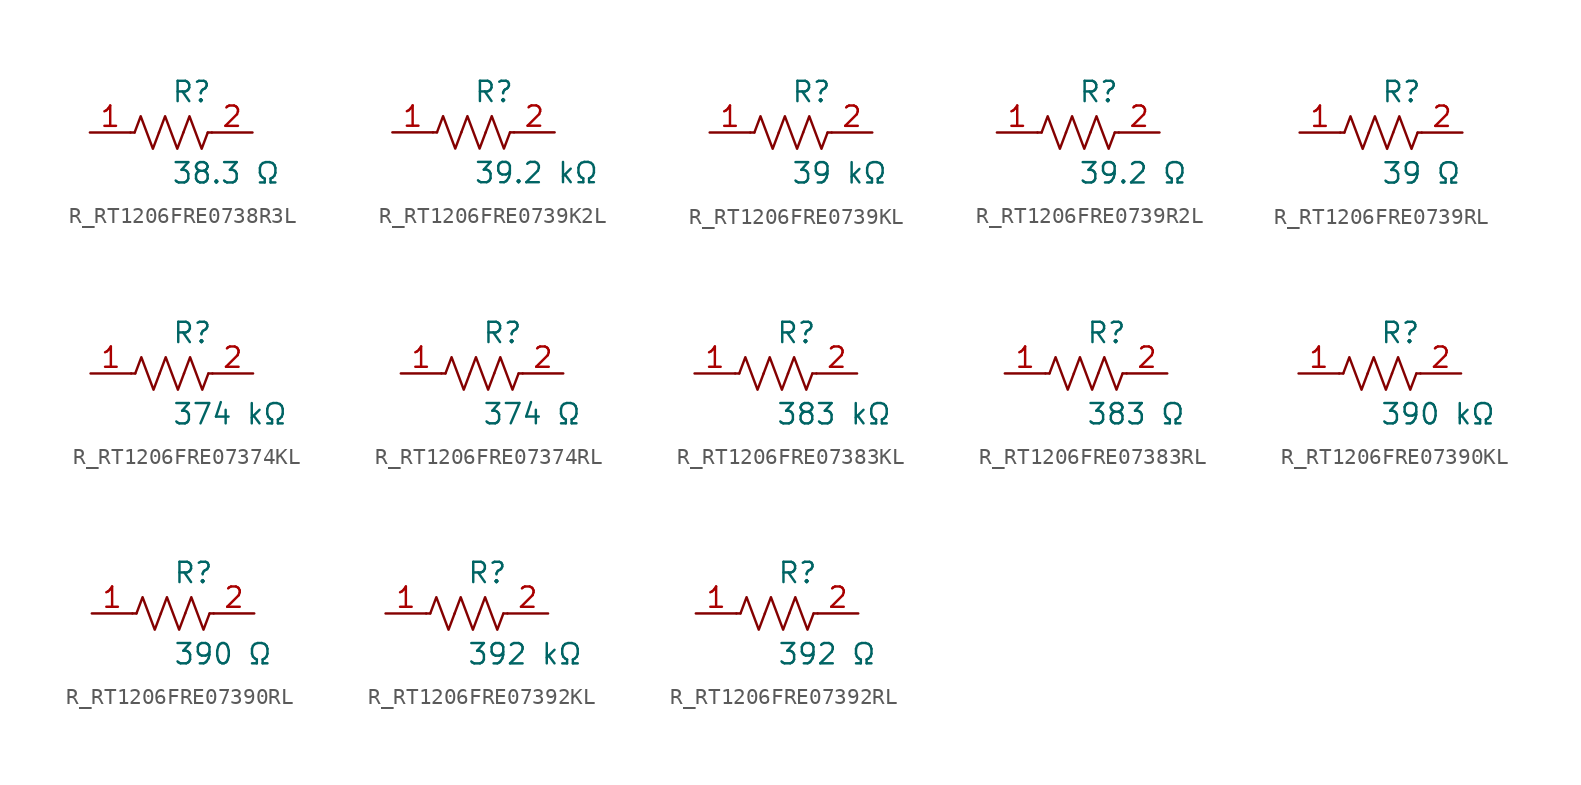
<source format=kicad_sym>
(kicad_symbol_lib
  (version 20231120)
  (generator kicad_symbol_editor)
  (generator_version 8.0)
  (symbol "R_RT1206FRE0738R3L"
    (pin_names
      (offset 0.254))
    (property "Reference" "R"
      (at 0 2.54 0)
      (effects (font (size 1.27 1.27)) (justify left)))
    (property "Value" "38.3 Ω"
      (at 0 -2.54 0)
      (effects (font (size 1.27 1.27)) (justify left)))
    (symbol "R_RT1206FRE0738R3L_0_1"
      (polyline (pts (xy 2.286 0) (xy 2.54 0)) (stroke (width 0) (type default)) (fill (type none)))
      (polyline (pts (xy -2.286 0) (xy -2.54 0)) (stroke (width 0) (type default)) (fill (type none)))
      (polyline (pts (xy 0.762 0) (xy 1.143 1.016) (xy 1.524 0) (xy 1.905 -1.016) (xy 2.286 0)) (stroke (width 0) (type default)) (fill (type none)))
      (polyline (pts (xy -0.762 0) (xy -0.381 1.016) (xy 0 0) (xy 0.381 -1.016) (xy 0.762 0)) (stroke (width 0) (type default)) (fill (type none)))
      (polyline (pts (xy -2.286 0) (xy -1.905 1.016) (xy -1.524 0) (xy -1.143 -1.016) (xy -0.762 0)) (stroke (width 0) (type default)) (fill (type none))))
    (pin unspecified line
      (at -5.08 0 0)
      (length 2.54)
      (name "" (effects (font (size 1.27 1.27))))
      (number "1" (effects (font (size 1.27 1.27)))))
    (pin unspecified line
      (at 5.08 0 180)
      (length 2.54)
      (name "" (effects (font (size 1.27 1.27))))
      (number "2" (effects (font (size 1.27 1.27))))))
  (symbol "R_RT1206FRE0739K2L"
    (pin_names
      (offset 0.254))
    (property "Reference" "R"
      (at 0 2.54 0)
      (effects (font (size 1.27 1.27)) (justify left)))
    (property "Value" "39.2 kΩ"
      (at 0 -2.54 0)
      (effects (font (size 1.27 1.27)) (justify left)))
    (symbol "R_RT1206FRE0739K2L_0_1"
      (polyline (pts (xy 2.286 0) (xy 2.54 0)) (stroke (width 0) (type default)) (fill (type none)))
      (polyline (pts (xy -2.286 0) (xy -2.54 0)) (stroke (width 0) (type default)) (fill (type none)))
      (polyline (pts (xy 0.762 0) (xy 1.143 1.016) (xy 1.524 0) (xy 1.905 -1.016) (xy 2.286 0)) (stroke (width 0) (type default)) (fill (type none)))
      (polyline (pts (xy -0.762 0) (xy -0.381 1.016) (xy 0 0) (xy 0.381 -1.016) (xy 0.762 0)) (stroke (width 0) (type default)) (fill (type none)))
      (polyline (pts (xy -2.286 0) (xy -1.905 1.016) (xy -1.524 0) (xy -1.143 -1.016) (xy -0.762 0)) (stroke (width 0) (type default)) (fill (type none))))
    (pin unspecified line
      (at -5.08 0 0)
      (length 2.54)
      (name "" (effects (font (size 1.27 1.27))))
      (number "1" (effects (font (size 1.27 1.27)))))
    (pin unspecified line
      (at 5.08 0 180)
      (length 2.54)
      (name "" (effects (font (size 1.27 1.27))))
      (number "2" (effects (font (size 1.27 1.27))))))
  (symbol "R_RT1206FRE0739KL"
    (pin_names
      (offset 0.254))
    (property "Reference" "R"
      (at 0 2.54 0)
      (effects (font (size 1.27 1.27)) (justify left)))
    (property "Value" "39 kΩ"
      (at 0 -2.54 0)
      (effects (font (size 1.27 1.27)) (justify left)))
    (symbol "R_RT1206FRE0739KL_0_1"
      (polyline (pts (xy 2.286 0) (xy 2.54 0)) (stroke (width 0) (type default)) (fill (type none)))
      (polyline (pts (xy -2.286 0) (xy -2.54 0)) (stroke (width 0) (type default)) (fill (type none)))
      (polyline (pts (xy 0.762 0) (xy 1.143 1.016) (xy 1.524 0) (xy 1.905 -1.016) (xy 2.286 0)) (stroke (width 0) (type default)) (fill (type none)))
      (polyline (pts (xy -0.762 0) (xy -0.381 1.016) (xy 0 0) (xy 0.381 -1.016) (xy 0.762 0)) (stroke (width 0) (type default)) (fill (type none)))
      (polyline (pts (xy -2.286 0) (xy -1.905 1.016) (xy -1.524 0) (xy -1.143 -1.016) (xy -0.762 0)) (stroke (width 0) (type default)) (fill (type none))))
    (pin unspecified line
      (at -5.08 0 0)
      (length 2.54)
      (name "" (effects (font (size 1.27 1.27))))
      (number "1" (effects (font (size 1.27 1.27)))))
    (pin unspecified line
      (at 5.08 0 180)
      (length 2.54)
      (name "" (effects (font (size 1.27 1.27))))
      (number "2" (effects (font (size 1.27 1.27))))))
  (symbol "R_RT1206FRE0739R2L"
    (pin_names
      (offset 0.254))
    (property "Reference" "R"
      (at 0 2.54 0)
      (effects (font (size 1.27 1.27)) (justify left)))
    (property "Value" "39.2 Ω"
      (at 0 -2.54 0)
      (effects (font (size 1.27 1.27)) (justify left)))
    (symbol "R_RT1206FRE0739R2L_0_1"
      (polyline (pts (xy 2.286 0) (xy 2.54 0)) (stroke (width 0) (type default)) (fill (type none)))
      (polyline (pts (xy -2.286 0) (xy -2.54 0)) (stroke (width 0) (type default)) (fill (type none)))
      (polyline (pts (xy 0.762 0) (xy 1.143 1.016) (xy 1.524 0) (xy 1.905 -1.016) (xy 2.286 0)) (stroke (width 0) (type default)) (fill (type none)))
      (polyline (pts (xy -0.762 0) (xy -0.381 1.016) (xy 0 0) (xy 0.381 -1.016) (xy 0.762 0)) (stroke (width 0) (type default)) (fill (type none)))
      (polyline (pts (xy -2.286 0) (xy -1.905 1.016) (xy -1.524 0) (xy -1.143 -1.016) (xy -0.762 0)) (stroke (width 0) (type default)) (fill (type none))))
    (pin unspecified line
      (at -5.08 0 0)
      (length 2.54)
      (name "" (effects (font (size 1.27 1.27))))
      (number "1" (effects (font (size 1.27 1.27)))))
    (pin unspecified line
      (at 5.08 0 180)
      (length 2.54)
      (name "" (effects (font (size 1.27 1.27))))
      (number "2" (effects (font (size 1.27 1.27))))))
  (symbol "R_RT1206FRE0739RL"
    (pin_names
      (offset 0.254))
    (property "Reference" "R"
      (at 0 2.54 0)
      (effects (font (size 1.27 1.27)) (justify left)))
    (property "Value" "39 Ω"
      (at 0 -2.54 0)
      (effects (font (size 1.27 1.27)) (justify left)))
    (symbol "R_RT1206FRE0739RL_0_1"
      (polyline (pts (xy 2.286 0) (xy 2.54 0)) (stroke (width 0) (type default)) (fill (type none)))
      (polyline (pts (xy -2.286 0) (xy -2.54 0)) (stroke (width 0) (type default)) (fill (type none)))
      (polyline (pts (xy 0.762 0) (xy 1.143 1.016) (xy 1.524 0) (xy 1.905 -1.016) (xy 2.286 0)) (stroke (width 0) (type default)) (fill (type none)))
      (polyline (pts (xy -0.762 0) (xy -0.381 1.016) (xy 0 0) (xy 0.381 -1.016) (xy 0.762 0)) (stroke (width 0) (type default)) (fill (type none)))
      (polyline (pts (xy -2.286 0) (xy -1.905 1.016) (xy -1.524 0) (xy -1.143 -1.016) (xy -0.762 0)) (stroke (width 0) (type default)) (fill (type none))))
    (pin unspecified line
      (at -5.08 0 0)
      (length 2.54)
      (name "" (effects (font (size 1.27 1.27))))
      (number "1" (effects (font (size 1.27 1.27)))))
    (pin unspecified line
      (at 5.08 0 180)
      (length 2.54)
      (name "" (effects (font (size 1.27 1.27))))
      (number "2" (effects (font (size 1.27 1.27))))))
  (symbol "R_RT1206FRE07374KL"
    (pin_names
      (offset 0.254))
    (property "Reference" "R"
      (at 0 2.54 0)
      (effects (font (size 1.27 1.27)) (justify left)))
    (property "Value" "374 kΩ"
      (at 0 -2.54 0)
      (effects (font (size 1.27 1.27)) (justify left)))
    (symbol "R_RT1206FRE07374KL_0_1"
      (polyline (pts (xy 2.286 0) (xy 2.54 0)) (stroke (width 0) (type default)) (fill (type none)))
      (polyline (pts (xy -2.286 0) (xy -2.54 0)) (stroke (width 0) (type default)) (fill (type none)))
      (polyline (pts (xy 0.762 0) (xy 1.143 1.016) (xy 1.524 0) (xy 1.905 -1.016) (xy 2.286 0)) (stroke (width 0) (type default)) (fill (type none)))
      (polyline (pts (xy -0.762 0) (xy -0.381 1.016) (xy 0 0) (xy 0.381 -1.016) (xy 0.762 0)) (stroke (width 0) (type default)) (fill (type none)))
      (polyline (pts (xy -2.286 0) (xy -1.905 1.016) (xy -1.524 0) (xy -1.143 -1.016) (xy -0.762 0)) (stroke (width 0) (type default)) (fill (type none))))
    (pin unspecified line
      (at -5.08 0 0)
      (length 2.54)
      (name "" (effects (font (size 1.27 1.27))))
      (number "1" (effects (font (size 1.27 1.27)))))
    (pin unspecified line
      (at 5.08 0 180)
      (length 2.54)
      (name "" (effects (font (size 1.27 1.27))))
      (number "2" (effects (font (size 1.27 1.27))))))
  (symbol "R_RT1206FRE07374RL"
    (pin_names
      (offset 0.254))
    (property "Reference" "R"
      (at 0 2.54 0)
      (effects (font (size 1.27 1.27)) (justify left)))
    (property "Value" "374 Ω"
      (at 0 -2.54 0)
      (effects (font (size 1.27 1.27)) (justify left)))
    (symbol "R_RT1206FRE07374RL_0_1"
      (polyline (pts (xy 2.286 0) (xy 2.54 0)) (stroke (width 0) (type default)) (fill (type none)))
      (polyline (pts (xy -2.286 0) (xy -2.54 0)) (stroke (width 0) (type default)) (fill (type none)))
      (polyline (pts (xy 0.762 0) (xy 1.143 1.016) (xy 1.524 0) (xy 1.905 -1.016) (xy 2.286 0)) (stroke (width 0) (type default)) (fill (type none)))
      (polyline (pts (xy -0.762 0) (xy -0.381 1.016) (xy 0 0) (xy 0.381 -1.016) (xy 0.762 0)) (stroke (width 0) (type default)) (fill (type none)))
      (polyline (pts (xy -2.286 0) (xy -1.905 1.016) (xy -1.524 0) (xy -1.143 -1.016) (xy -0.762 0)) (stroke (width 0) (type default)) (fill (type none))))
    (pin unspecified line
      (at -5.08 0 0)
      (length 2.54)
      (name "" (effects (font (size 1.27 1.27))))
      (number "1" (effects (font (size 1.27 1.27)))))
    (pin unspecified line
      (at 5.08 0 180)
      (length 2.54)
      (name "" (effects (font (size 1.27 1.27))))
      (number "2" (effects (font (size 1.27 1.27))))))
  (symbol "R_RT1206FRE07383KL"
    (pin_names
      (offset 0.254))
    (property "Reference" "R"
      (at 0 2.54 0)
      (effects (font (size 1.27 1.27)) (justify left)))
    (property "Value" "383 kΩ"
      (at 0 -2.54 0)
      (effects (font (size 1.27 1.27)) (justify left)))
    (symbol "R_RT1206FRE07383KL_0_1"
      (polyline (pts (xy 2.286 0) (xy 2.54 0)) (stroke (width 0) (type default)) (fill (type none)))
      (polyline (pts (xy -2.286 0) (xy -2.54 0)) (stroke (width 0) (type default)) (fill (type none)))
      (polyline (pts (xy 0.762 0) (xy 1.143 1.016) (xy 1.524 0) (xy 1.905 -1.016) (xy 2.286 0)) (stroke (width 0) (type default)) (fill (type none)))
      (polyline (pts (xy -0.762 0) (xy -0.381 1.016) (xy 0 0) (xy 0.381 -1.016) (xy 0.762 0)) (stroke (width 0) (type default)) (fill (type none)))
      (polyline (pts (xy -2.286 0) (xy -1.905 1.016) (xy -1.524 0) (xy -1.143 -1.016) (xy -0.762 0)) (stroke (width 0) (type default)) (fill (type none))))
    (pin unspecified line
      (at -5.08 0 0)
      (length 2.54)
      (name "" (effects (font (size 1.27 1.27))))
      (number "1" (effects (font (size 1.27 1.27)))))
    (pin unspecified line
      (at 5.08 0 180)
      (length 2.54)
      (name "" (effects (font (size 1.27 1.27))))
      (number "2" (effects (font (size 1.27 1.27))))))
  (symbol "R_RT1206FRE07383RL"
    (pin_names
      (offset 0.254))
    (property "Reference" "R"
      (at 0 2.54 0)
      (effects (font (size 1.27 1.27)) (justify left)))
    (property "Value" "383 Ω"
      (at 0 -2.54 0)
      (effects (font (size 1.27 1.27)) (justify left)))
    (symbol "R_RT1206FRE07383RL_0_1"
      (polyline (pts (xy 2.286 0) (xy 2.54 0)) (stroke (width 0) (type default)) (fill (type none)))
      (polyline (pts (xy -2.286 0) (xy -2.54 0)) (stroke (width 0) (type default)) (fill (type none)))
      (polyline (pts (xy 0.762 0) (xy 1.143 1.016) (xy 1.524 0) (xy 1.905 -1.016) (xy 2.286 0)) (stroke (width 0) (type default)) (fill (type none)))
      (polyline (pts (xy -0.762 0) (xy -0.381 1.016) (xy 0 0) (xy 0.381 -1.016) (xy 0.762 0)) (stroke (width 0) (type default)) (fill (type none)))
      (polyline (pts (xy -2.286 0) (xy -1.905 1.016) (xy -1.524 0) (xy -1.143 -1.016) (xy -0.762 0)) (stroke (width 0) (type default)) (fill (type none))))
    (pin unspecified line
      (at -5.08 0 0)
      (length 2.54)
      (name "" (effects (font (size 1.27 1.27))))
      (number "1" (effects (font (size 1.27 1.27)))))
    (pin unspecified line
      (at 5.08 0 180)
      (length 2.54)
      (name "" (effects (font (size 1.27 1.27))))
      (number "2" (effects (font (size 1.27 1.27))))))
  (symbol "R_RT1206FRE07390KL"
    (pin_names
      (offset 0.254))
    (property "Reference" "R"
      (at 0 2.54 0)
      (effects (font (size 1.27 1.27)) (justify left)))
    (property "Value" "390 kΩ"
      (at 0 -2.54 0)
      (effects (font (size 1.27 1.27)) (justify left)))
    (symbol "R_RT1206FRE07390KL_0_1"
      (polyline (pts (xy 2.286 0) (xy 2.54 0)) (stroke (width 0) (type default)) (fill (type none)))
      (polyline (pts (xy -2.286 0) (xy -2.54 0)) (stroke (width 0) (type default)) (fill (type none)))
      (polyline (pts (xy 0.762 0) (xy 1.143 1.016) (xy 1.524 0) (xy 1.905 -1.016) (xy 2.286 0)) (stroke (width 0) (type default)) (fill (type none)))
      (polyline (pts (xy -0.762 0) (xy -0.381 1.016) (xy 0 0) (xy 0.381 -1.016) (xy 0.762 0)) (stroke (width 0) (type default)) (fill (type none)))
      (polyline (pts (xy -2.286 0) (xy -1.905 1.016) (xy -1.524 0) (xy -1.143 -1.016) (xy -0.762 0)) (stroke (width 0) (type default)) (fill (type none))))
    (pin unspecified line
      (at -5.08 0 0)
      (length 2.54)
      (name "" (effects (font (size 1.27 1.27))))
      (number "1" (effects (font (size 1.27 1.27)))))
    (pin unspecified line
      (at 5.08 0 180)
      (length 2.54)
      (name "" (effects (font (size 1.27 1.27))))
      (number "2" (effects (font (size 1.27 1.27))))))
  (symbol "R_RT1206FRE07390RL"
    (pin_names
      (offset 0.254))
    (property "Reference" "R"
      (at 0 2.54 0)
      (effects (font (size 1.27 1.27)) (justify left)))
    (property "Value" "390 Ω"
      (at 0 -2.54 0)
      (effects (font (size 1.27 1.27)) (justify left)))
    (symbol "R_RT1206FRE07390RL_0_1"
      (polyline (pts (xy 2.286 0) (xy 2.54 0)) (stroke (width 0) (type default)) (fill (type none)))
      (polyline (pts (xy -2.286 0) (xy -2.54 0)) (stroke (width 0) (type default)) (fill (type none)))
      (polyline (pts (xy 0.762 0) (xy 1.143 1.016) (xy 1.524 0) (xy 1.905 -1.016) (xy 2.286 0)) (stroke (width 0) (type default)) (fill (type none)))
      (polyline (pts (xy -0.762 0) (xy -0.381 1.016) (xy 0 0) (xy 0.381 -1.016) (xy 0.762 0)) (stroke (width 0) (type default)) (fill (type none)))
      (polyline (pts (xy -2.286 0) (xy -1.905 1.016) (xy -1.524 0) (xy -1.143 -1.016) (xy -0.762 0)) (stroke (width 0) (type default)) (fill (type none))))
    (pin unspecified line
      (at -5.08 0 0)
      (length 2.54)
      (name "" (effects (font (size 1.27 1.27))))
      (number "1" (effects (font (size 1.27 1.27)))))
    (pin unspecified line
      (at 5.08 0 180)
      (length 2.54)
      (name "" (effects (font (size 1.27 1.27))))
      (number "2" (effects (font (size 1.27 1.27))))))
  (symbol "R_RT1206FRE07392KL"
    (pin_names
      (offset 0.254))
    (property "Reference" "R"
      (at 0 2.54 0)
      (effects (font (size 1.27 1.27)) (justify left)))
    (property "Value" "392 kΩ"
      (at 0 -2.54 0)
      (effects (font (size 1.27 1.27)) (justify left)))
    (symbol "R_RT1206FRE07392KL_0_1"
      (polyline (pts (xy 2.286 0) (xy 2.54 0)) (stroke (width 0) (type default)) (fill (type none)))
      (polyline (pts (xy -2.286 0) (xy -2.54 0)) (stroke (width 0) (type default)) (fill (type none)))
      (polyline (pts (xy 0.762 0) (xy 1.143 1.016) (xy 1.524 0) (xy 1.905 -1.016) (xy 2.286 0)) (stroke (width 0) (type default)) (fill (type none)))
      (polyline (pts (xy -0.762 0) (xy -0.381 1.016) (xy 0 0) (xy 0.381 -1.016) (xy 0.762 0)) (stroke (width 0) (type default)) (fill (type none)))
      (polyline (pts (xy -2.286 0) (xy -1.905 1.016) (xy -1.524 0) (xy -1.143 -1.016) (xy -0.762 0)) (stroke (width 0) (type default)) (fill (type none))))
    (pin unspecified line
      (at -5.08 0 0)
      (length 2.54)
      (name "" (effects (font (size 1.27 1.27))))
      (number "1" (effects (font (size 1.27 1.27)))))
    (pin unspecified line
      (at 5.08 0 180)
      (length 2.54)
      (name "" (effects (font (size 1.27 1.27))))
      (number "2" (effects (font (size 1.27 1.27))))))
  (symbol "R_RT1206FRE07392RL"
    (pin_names
      (offset 0.254))
    (property "Reference" "R"
      (at 0 2.54 0)
      (effects (font (size 1.27 1.27)) (justify left)))
    (property "Value" "392 Ω"
      (at 0 -2.54 0)
      (effects (font (size 1.27 1.27)) (justify left)))
    (symbol "R_RT1206FRE07392RL_0_1"
      (polyline (pts (xy 2.286 0) (xy 2.54 0)) (stroke (width 0) (type default)) (fill (type none)))
      (polyline (pts (xy -2.286 0) (xy -2.54 0)) (stroke (width 0) (type default)) (fill (type none)))
      (polyline (pts (xy 0.762 0) (xy 1.143 1.016) (xy 1.524 0) (xy 1.905 -1.016) (xy 2.286 0)) (stroke (width 0) (type default)) (fill (type none)))
      (polyline (pts (xy -0.762 0) (xy -0.381 1.016) (xy 0 0) (xy 0.381 -1.016) (xy 0.762 0)) (stroke (width 0) (type default)) (fill (type none)))
      (polyline (pts (xy -2.286 0) (xy -1.905 1.016) (xy -1.524 0) (xy -1.143 -1.016) (xy -0.762 0)) (stroke (width 0) (type default)) (fill (type none))))
    (pin unspecified line
      (at -5.08 0 0)
      (length 2.54)
      (name "" (effects (font (size 1.27 1.27))))
      (number "1" (effects (font (size 1.27 1.27)))))
    (pin unspecified line
      (at 5.08 0 180)
      (length 2.54)
      (name "" (effects (font (size 1.27 1.27))))
      (number "2" (effects (font (size 1.27 1.27)))))))
</source>
